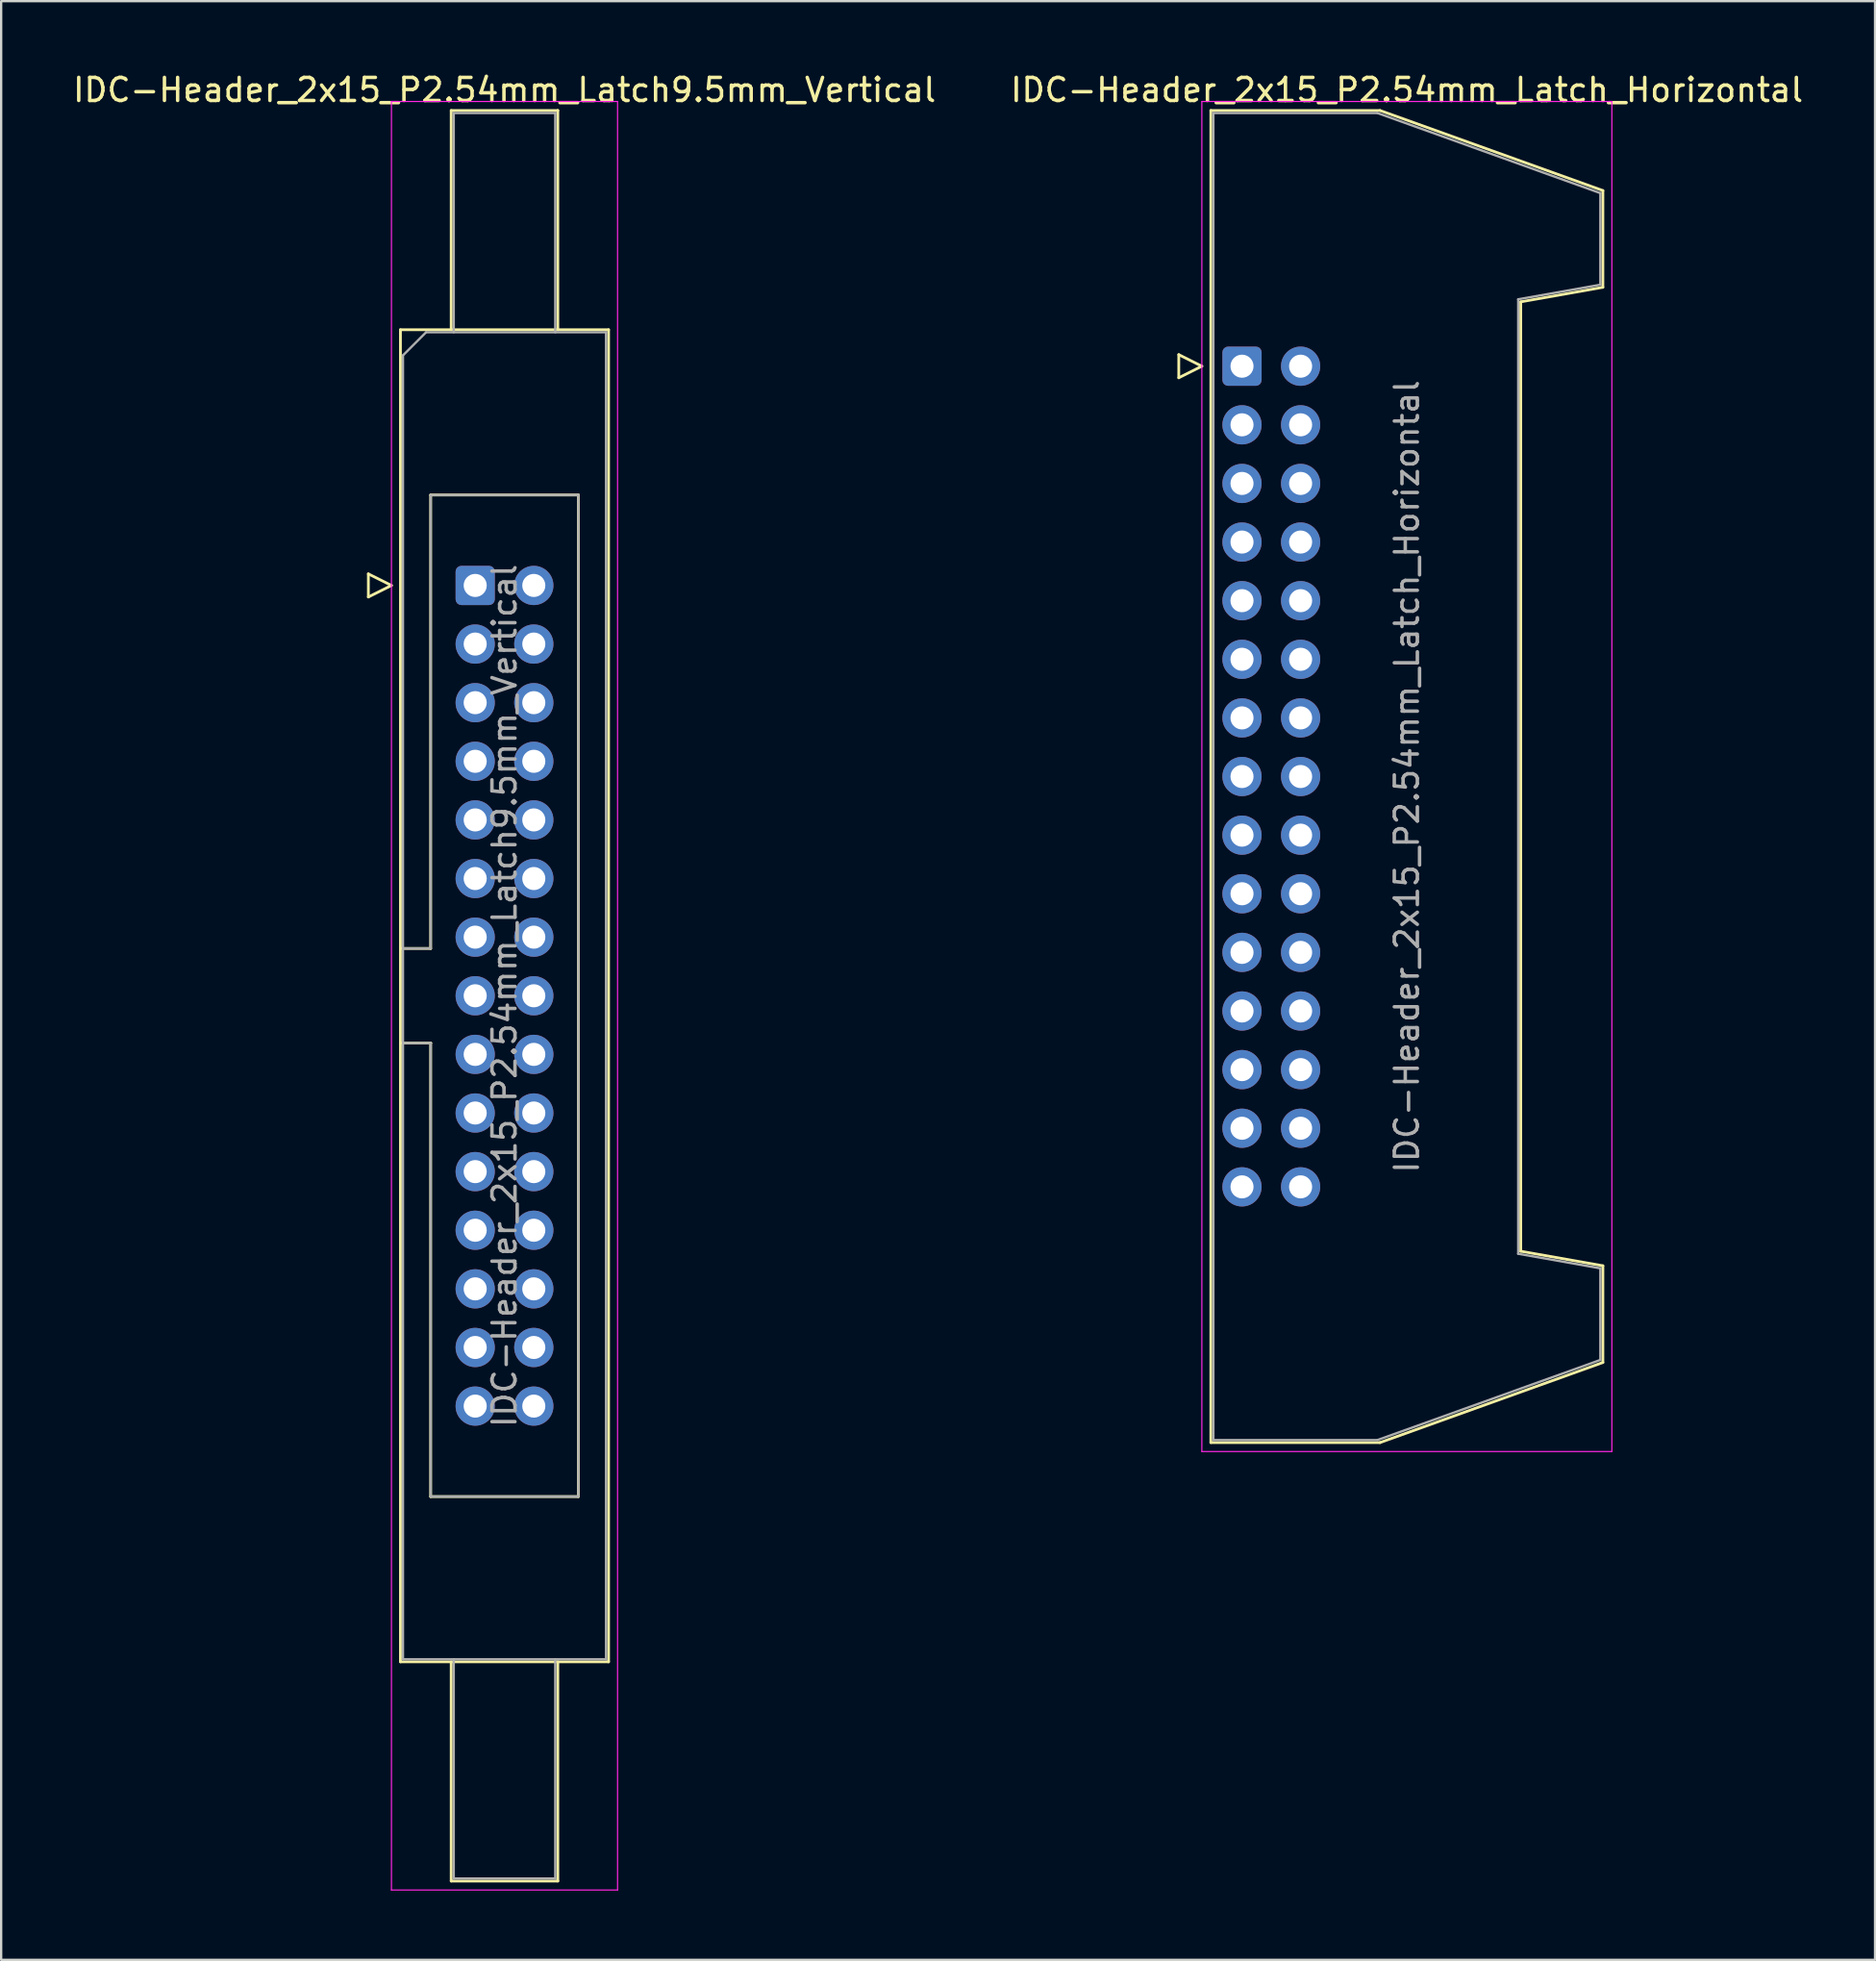
<source format=kicad_pcb>
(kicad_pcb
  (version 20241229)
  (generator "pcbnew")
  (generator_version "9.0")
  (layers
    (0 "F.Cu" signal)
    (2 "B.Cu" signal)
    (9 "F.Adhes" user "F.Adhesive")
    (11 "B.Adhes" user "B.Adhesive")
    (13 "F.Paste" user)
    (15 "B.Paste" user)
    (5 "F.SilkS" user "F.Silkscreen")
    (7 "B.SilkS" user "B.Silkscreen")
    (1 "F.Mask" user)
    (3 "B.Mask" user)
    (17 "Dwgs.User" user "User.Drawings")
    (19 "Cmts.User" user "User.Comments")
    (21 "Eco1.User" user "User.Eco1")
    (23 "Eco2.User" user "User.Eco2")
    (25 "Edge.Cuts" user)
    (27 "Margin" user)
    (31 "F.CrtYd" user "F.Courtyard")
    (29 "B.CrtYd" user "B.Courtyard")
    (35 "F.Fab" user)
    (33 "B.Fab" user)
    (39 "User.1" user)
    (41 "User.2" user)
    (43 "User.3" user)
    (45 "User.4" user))
  (footprint "IDC-Header_2x15_P2.54mm_Latch_Horizontal"
    (layer "F.Cu")
    (at 50.778 12.818)
    (property "Reference" "IDC-Header_2x15_P2.54mm_Latch_Horizontal" (at 7.145 -11.97 0) (layer "F.SilkS") (effects (font (size 1 1) (thickness 0.15))))
    (attr through_hole)
    (fp_line (start -2.74 -0.5) (end -2.74 0.5) (stroke (width 0.12) (type solid)) (layer "F.SilkS"))
    (fp_line (start -2.74 0.5) (end -1.74 0) (stroke (width 0.12) (type solid)) (layer "F.SilkS"))
    (fp_line (start -1.74 0) (end -2.74 -0.5) (stroke (width 0.12) (type solid)) (layer "F.SilkS"))
    (fp_line (start -1.35 -11.08) (end 5.98 -11.08) (stroke (width 0.12) (type solid)) (layer "F.SilkS"))
    (fp_line (start -1.35 46.64) (end -1.35 -11.08) (stroke (width 0.12) (type solid)) (layer "F.SilkS"))
    (fp_line (start 5.98 -11.08) (end 15.64 -7.61) (stroke (width 0.12) (type solid)) (layer "F.SilkS"))
    (fp_line (start 5.98 46.64) (end -1.35 46.64) (stroke (width 0.12) (type solid)) (layer "F.SilkS"))
    (fp_line (start 12.08 -2.79) (end 12.08 38.35) (stroke (width 0.12) (type solid)) (layer "F.SilkS"))
    (fp_line (start 12.08 38.35) (end 15.64 38.98) (stroke (width 0.12) (type solid)) (layer "F.SilkS"))
    (fp_line (start 15.64 -7.61) (end 15.64 -3.42) (stroke (width 0.12) (type solid)) (layer "F.SilkS"))
    (fp_line (start 15.64 -3.42) (end 12.08 -2.79) (stroke (width 0.12) (type solid)) (layer "F.SilkS"))
    (fp_line (start 15.64 38.98) (end 15.64 43.17) (stroke (width 0.12) (type solid)) (layer "F.SilkS"))
    (fp_line (start 15.64 43.17) (end 5.98 46.64) (stroke (width 0.12) (type solid)) (layer "F.SilkS"))
    (fp_line (start -1.74 -11.47) (end -1.74 47.03) (stroke (width 0.05) (type solid)) (layer "F.CrtYd"))
    (fp_line (start -1.74 47.03) (end 16.03 47.03) (stroke (width 0.05) (type solid)) (layer "F.CrtYd"))
    (fp_line (start 16.03 -11.47) (end -1.74 -11.47) (stroke (width 0.05) (type solid)) (layer "F.CrtYd"))
    (fp_line (start 16.03 47.03) (end 16.03 -11.47) (stroke (width 0.05) (type solid)) (layer "F.CrtYd"))
    (fp_line (start -1.24 -10.97) (end 5.87 -10.97) (stroke (width 0.1) (type solid)) (layer "F.Fab"))
    (fp_line (start -1.24 46.53) (end -1.24 -10.97) (stroke (width 0.1) (type solid)) (layer "F.Fab"))
    (fp_line (start 5.87 -10.97) (end 15.53 -7.5) (stroke (width 0.1) (type solid)) (layer "F.Fab"))
    (fp_line (start 5.87 46.53) (end -1.24 46.53) (stroke (width 0.1) (type solid)) (layer "F.Fab"))
    (fp_line (start 11.97 -2.9) (end 11.97 38.46) (stroke (width 0.1) (type solid)) (layer "F.Fab"))
    (fp_line (start 11.97 38.46) (end 15.53 39.09) (stroke (width 0.1) (type solid)) (layer "F.Fab"))
    (fp_line (start 15.53 -7.5) (end 15.53 -3.53) (stroke (width 0.1) (type solid)) (layer "F.Fab"))
    (fp_line (start 15.53 -3.53) (end 11.97 -2.9) (stroke (width 0.1) (type solid)) (layer "F.Fab"))
    (fp_line (start 15.53 39.09) (end 15.53 43.06) (stroke (width 0.1) (type solid)) (layer "F.Fab"))
    (fp_line (start 15.53 43.06) (end 5.87 46.53) (stroke (width 0.1) (type solid)) (layer "F.Fab"))
    (fp_text user "${REFERENCE}" (at 7.145 17.78 90) (layer "F.Fab") (effects (font (size 1 1) (thickness 0.15))))
    (pad "1" thru_hole roundrect (at 0 0) (size 1.7 1.7) (drill 1) (layers "*.Cu" "*.Mask") (roundrect_rratio 0.147))
    (pad "2" thru_hole circle (at 2.54 0) (size 1.7 1.7) (drill 1) (layers "*.Cu" "*.Mask"))
    (pad "3" thru_hole circle (at 0 2.54) (size 1.7 1.7) (drill 1) (layers "*.Cu" "*.Mask"))
    (pad "4" thru_hole circle (at 2.54 2.54) (size 1.7 1.7) (drill 1) (layers "*.Cu" "*.Mask"))
    (pad "5" thru_hole circle (at 0 5.08) (size 1.7 1.7) (drill 1) (layers "*.Cu" "*.Mask"))
    (pad "6" thru_hole circle (at 2.54 5.08) (size 1.7 1.7) (drill 1) (layers "*.Cu" "*.Mask"))
    (pad "7" thru_hole circle (at 0 7.62) (size 1.7 1.7) (drill 1) (layers "*.Cu" "*.Mask"))
    (pad "8" thru_hole circle (at 2.54 7.62) (size 1.7 1.7) (drill 1) (layers "*.Cu" "*.Mask"))
    (pad "9" thru_hole circle (at 0 10.16) (size 1.7 1.7) (drill 1) (layers "*.Cu" "*.Mask"))
    (pad "10" thru_hole circle (at 2.54 10.16) (size 1.7 1.7) (drill 1) (layers "*.Cu" "*.Mask"))
    (pad "11" thru_hole circle (at 0 12.7) (size 1.7 1.7) (drill 1) (layers "*.Cu" "*.Mask"))
    (pad "12" thru_hole circle (at 2.54 12.7) (size 1.7 1.7) (drill 1) (layers "*.Cu" "*.Mask"))
    (pad "13" thru_hole circle (at 0 15.24) (size 1.7 1.7) (drill 1) (layers "*.Cu" "*.Mask"))
    (pad "14" thru_hole circle (at 2.54 15.24) (size 1.7 1.7) (drill 1) (layers "*.Cu" "*.Mask"))
    (pad "15" thru_hole circle (at 0 17.78) (size 1.7 1.7) (drill 1) (layers "*.Cu" "*.Mask"))
    (pad "16" thru_hole circle (at 2.54 17.78) (size 1.7 1.7) (drill 1) (layers "*.Cu" "*.Mask"))
    (pad "17" thru_hole circle (at 0 20.32) (size 1.7 1.7) (drill 1) (layers "*.Cu" "*.Mask"))
    (pad "18" thru_hole circle (at 2.54 20.32) (size 1.7 1.7) (drill 1) (layers "*.Cu" "*.Mask"))
    (pad "19" thru_hole circle (at 0 22.86) (size 1.7 1.7) (drill 1) (layers "*.Cu" "*.Mask"))
    (pad "20" thru_hole circle (at 2.54 22.86) (size 1.7 1.7) (drill 1) (layers "*.Cu" "*.Mask"))
    (pad "21" thru_hole circle (at 0 25.4) (size 1.7 1.7) (drill 1) (layers "*.Cu" "*.Mask"))
    (pad "22" thru_hole circle (at 2.54 25.4) (size 1.7 1.7) (drill 1) (layers "*.Cu" "*.Mask"))
    (pad "23" thru_hole circle (at 0 27.94) (size 1.7 1.7) (drill 1) (layers "*.Cu" "*.Mask"))
    (pad "24" thru_hole circle (at 2.54 27.94) (size 1.7 1.7) (drill 1) (layers "*.Cu" "*.Mask"))
    (pad "25" thru_hole circle (at 0 30.48) (size 1.7 1.7) (drill 1) (layers "*.Cu" "*.Mask"))
    (pad "26" thru_hole circle (at 2.54 30.48) (size 1.7 1.7) (drill 1) (layers "*.Cu" "*.Mask"))
    (pad "27" thru_hole circle (at 0 33.02) (size 1.7 1.7) (drill 1) (layers "*.Cu" "*.Mask"))
    (pad "28" thru_hole circle (at 2.54 33.02) (size 1.7 1.7) (drill 1) (layers "*.Cu" "*.Mask"))
    (pad "29" thru_hole circle (at 0 35.56) (size 1.7 1.7) (drill 1) (layers "*.Cu" "*.Mask"))
    (pad "30" thru_hole circle (at 2.54 35.56) (size 1.7 1.7) (drill 1) (layers "*.Cu" "*.Mask")))
  (footprint "IDC-Header_2x15_P2.54mm_Latch9.5mm_Vertical"
    (layer "F.Cu")
    (at 17.545 22.318)
    (property "Reference" "IDC-Header_2x15_P2.54mm_Latch9.5mm_Vertical" (at 1.27 -21.47 0) (layer "F.SilkS") (effects (font (size 1 1) (thickness 0.15))))
    (attr through_hole)
    (fp_line (start -4.63 -0.5) (end -4.63 0.5) (stroke (width 0.12) (type solid)) (layer "F.SilkS"))
    (fp_line (start -4.63 0.5) (end -3.63 0) (stroke (width 0.12) (type solid)) (layer "F.SilkS"))
    (fp_line (start -3.63 0) (end -4.63 -0.5) (stroke (width 0.12) (type solid)) (layer "F.SilkS"))
    (fp_line (start -3.24 -11.08) (end 5.78 -11.08) (stroke (width 0.12) (type solid)) (layer "F.SilkS"))
    (fp_line (start -3.24 15.73) (end -1.93 15.73) (stroke (width 0.12) (type solid)) (layer "F.SilkS"))
    (fp_line (start -3.24 46.64) (end -3.24 -11.08) (stroke (width 0.12) (type solid)) (layer "F.SilkS"))
    (fp_line (start -1.93 -3.92) (end 4.47 -3.92) (stroke (width 0.12) (type solid)) (layer "F.SilkS"))
    (fp_line (start -1.93 15.73) (end -1.93 -3.92) (stroke (width 0.12) (type solid)) (layer "F.SilkS"))
    (fp_line (start -1.93 19.83) (end -3.24 19.83) (stroke (width 0.12) (type solid)) (layer "F.SilkS"))
    (fp_line (start -1.93 19.83) (end -1.93 19.83) (stroke (width 0.12) (type solid)) (layer "F.SilkS"))
    (fp_line (start -1.93 39.48) (end -1.93 19.83) (stroke (width 0.12) (type solid)) (layer "F.SilkS"))
    (fp_line (start -1.04 -20.58) (end 3.58 -20.58) (stroke (width 0.12) (type solid)) (layer "F.SilkS"))
    (fp_line (start -1.04 -11.08) (end -1.04 -20.58) (stroke (width 0.12) (type solid)) (layer "F.SilkS"))
    (fp_line (start -1.04 46.64) (end -1.04 56.14) (stroke (width 0.12) (type solid)) (layer "F.SilkS"))
    (fp_line (start -1.04 56.14) (end 3.58 56.14) (stroke (width 0.12) (type solid)) (layer "F.SilkS"))
    (fp_line (start 3.58 -20.58) (end 3.58 -11.08) (stroke (width 0.12) (type solid)) (layer "F.SilkS"))
    (fp_line (start 3.58 56.14) (end 3.58 46.64) (stroke (width 0.12) (type solid)) (layer "F.SilkS"))
    (fp_line (start 4.47 -3.92) (end 4.47 39.48) (stroke (width 0.12) (type solid)) (layer "F.SilkS"))
    (fp_line (start 4.47 39.48) (end -1.93 39.48) (stroke (width 0.12) (type solid)) (layer "F.SilkS"))
    (fp_line (start 5.78 -11.08) (end 5.78 46.64) (stroke (width 0.12) (type solid)) (layer "F.SilkS"))
    (fp_line (start 5.78 46.64) (end -3.24 46.64) (stroke (width 0.12) (type solid)) (layer "F.SilkS"))
    (fp_line (start -3.63 -20.97) (end -3.63 56.53) (stroke (width 0.05) (type solid)) (layer "F.CrtYd"))
    (fp_line (start -3.63 56.53) (end 6.17 56.53) (stroke (width 0.05) (type solid)) (layer "F.CrtYd"))
    (fp_line (start 6.17 -20.97) (end -3.63 -20.97) (stroke (width 0.05) (type solid)) (layer "F.CrtYd"))
    (fp_line (start 6.17 56.53) (end 6.17 -20.97) (stroke (width 0.05) (type solid)) (layer "F.CrtYd"))
    (fp_line (start -3.13 -9.97) (end -2.13 -10.97) (stroke (width 0.1) (type solid)) (layer "F.Fab"))
    (fp_line (start -3.13 15.73) (end -1.93 15.73) (stroke (width 0.1) (type solid)) (layer "F.Fab"))
    (fp_line (start -3.13 46.53) (end -3.13 -9.97) (stroke (width 0.1) (type solid)) (layer "F.Fab"))
    (fp_line (start -2.13 -10.97) (end 5.67 -10.97) (stroke (width 0.1) (type solid)) (layer "F.Fab"))
    (fp_line (start -1.93 -3.92) (end 4.47 -3.92) (stroke (width 0.1) (type solid)) (layer "F.Fab"))
    (fp_line (start -1.93 15.73) (end -1.93 -3.92) (stroke (width 0.1) (type solid)) (layer "F.Fab"))
    (fp_line (start -1.93 19.83) (end -3.13 19.83) (stroke (width 0.1) (type solid)) (layer "F.Fab"))
    (fp_line (start -1.93 19.83) (end -1.93 19.83) (stroke (width 0.1) (type solid)) (layer "F.Fab"))
    (fp_line (start -1.93 39.48) (end -1.93 19.83) (stroke (width 0.1) (type solid)) (layer "F.Fab"))
    (fp_line (start -0.93 -20.47) (end 3.47 -20.47) (stroke (width 0.1) (type solid)) (layer "F.Fab"))
    (fp_line (start -0.93 -10.97) (end -0.93 -20.47) (stroke (width 0.1) (type solid)) (layer "F.Fab"))
    (fp_line (start -0.93 46.53) (end -0.93 56.03) (stroke (width 0.1) (type solid)) (layer "F.Fab"))
    (fp_line (start -0.93 56.03) (end 3.47 56.03) (stroke (width 0.1) (type solid)) (layer "F.Fab"))
    (fp_line (start 3.47 -20.47) (end 3.47 -10.97) (stroke (width 0.1) (type solid)) (layer "F.Fab"))
    (fp_line (start 3.47 56.03) (end 3.47 46.53) (stroke (width 0.1) (type solid)) (layer "F.Fab"))
    (fp_line (start 4.47 -3.92) (end 4.47 39.48) (stroke (width 0.1) (type solid)) (layer "F.Fab"))
    (fp_line (start 4.47 39.48) (end -1.93 39.48) (stroke (width 0.1) (type solid)) (layer "F.Fab"))
    (fp_line (start 5.67 -10.97) (end 5.67 46.53) (stroke (width 0.1) (type solid)) (layer "F.Fab"))
    (fp_line (start 5.67 46.53) (end -3.13 46.53) (stroke (width 0.1) (type solid)) (layer "F.Fab"))
    (fp_text user "${REFERENCE}" (at 1.27 17.78 90) (layer "F.Fab") (effects (font (size 1 1) (thickness 0.15))))
    (pad "1" thru_hole roundrect (at 0 0) (size 1.7 1.7) (drill 1) (layers "*.Cu" "*.Mask") (roundrect_rratio 0.147))
    (pad "2" thru_hole circle (at 2.54 0) (size 1.7 1.7) (drill 1) (layers "*.Cu" "*.Mask"))
    (pad "3" thru_hole circle (at 0 2.54) (size 1.7 1.7) (drill 1) (layers "*.Cu" "*.Mask"))
    (pad "4" thru_hole circle (at 2.54 2.54) (size 1.7 1.7) (drill 1) (layers "*.Cu" "*.Mask"))
    (pad "5" thru_hole circle (at 0 5.08) (size 1.7 1.7) (drill 1) (layers "*.Cu" "*.Mask"))
    (pad "6" thru_hole circle (at 2.54 5.08) (size 1.7 1.7) (drill 1) (layers "*.Cu" "*.Mask"))
    (pad "7" thru_hole circle (at 0 7.62) (size 1.7 1.7) (drill 1) (layers "*.Cu" "*.Mask"))
    (pad "8" thru_hole circle (at 2.54 7.62) (size 1.7 1.7) (drill 1) (layers "*.Cu" "*.Mask"))
    (pad "9" thru_hole circle (at 0 10.16) (size 1.7 1.7) (drill 1) (layers "*.Cu" "*.Mask"))
    (pad "10" thru_hole circle (at 2.54 10.16) (size 1.7 1.7) (drill 1) (layers "*.Cu" "*.Mask"))
    (pad "11" thru_hole circle (at 0 12.7) (size 1.7 1.7) (drill 1) (layers "*.Cu" "*.Mask"))
    (pad "12" thru_hole circle (at 2.54 12.7) (size 1.7 1.7) (drill 1) (layers "*.Cu" "*.Mask"))
    (pad "13" thru_hole circle (at 0 15.24) (size 1.7 1.7) (drill 1) (layers "*.Cu" "*.Mask"))
    (pad "14" thru_hole circle (at 2.54 15.24) (size 1.7 1.7) (drill 1) (layers "*.Cu" "*.Mask"))
    (pad "15" thru_hole circle (at 0 17.78) (size 1.7 1.7) (drill 1) (layers "*.Cu" "*.Mask"))
    (pad "16" thru_hole circle (at 2.54 17.78) (size 1.7 1.7) (drill 1) (layers "*.Cu" "*.Mask"))
    (pad "17" thru_hole circle (at 0 20.32) (size 1.7 1.7) (drill 1) (layers "*.Cu" "*.Mask"))
    (pad "18" thru_hole circle (at 2.54 20.32) (size 1.7 1.7) (drill 1) (layers "*.Cu" "*.Mask"))
    (pad "19" thru_hole circle (at 0 22.86) (size 1.7 1.7) (drill 1) (layers "*.Cu" "*.Mask"))
    (pad "20" thru_hole circle (at 2.54 22.86) (size 1.7 1.7) (drill 1) (layers "*.Cu" "*.Mask"))
    (pad "21" thru_hole circle (at 0 25.4) (size 1.7 1.7) (drill 1) (layers "*.Cu" "*.Mask"))
    (pad "22" thru_hole circle (at 2.54 25.4) (size 1.7 1.7) (drill 1) (layers "*.Cu" "*.Mask"))
    (pad "23" thru_hole circle (at 0 27.94) (size 1.7 1.7) (drill 1) (layers "*.Cu" "*.Mask"))
    (pad "24" thru_hole circle (at 2.54 27.94) (size 1.7 1.7) (drill 1) (layers "*.Cu" "*.Mask"))
    (pad "25" thru_hole circle (at 0 30.48) (size 1.7 1.7) (drill 1) (layers "*.Cu" "*.Mask"))
    (pad "26" thru_hole circle (at 2.54 30.48) (size 1.7 1.7) (drill 1) (layers "*.Cu" "*.Mask"))
    (pad "27" thru_hole circle (at 0 33.02) (size 1.7 1.7) (drill 1) (layers "*.Cu" "*.Mask"))
    (pad "28" thru_hole circle (at 2.54 33.02) (size 1.7 1.7) (drill 1) (layers "*.Cu" "*.Mask"))
    (pad "29" thru_hole circle (at 0 35.56) (size 1.7 1.7) (drill 1) (layers "*.Cu" "*.Mask"))
    (pad "30" thru_hole circle (at 2.54 35.56) (size 1.7 1.7) (drill 1) (layers "*.Cu" "*.Mask")))
  (gr_rect
    (start -3 -3)
    (end 78.214 81.873)
    (stroke (width 0.1) (type default))
    (fill no)
    (layer "Edge.Cuts")))
</source>
